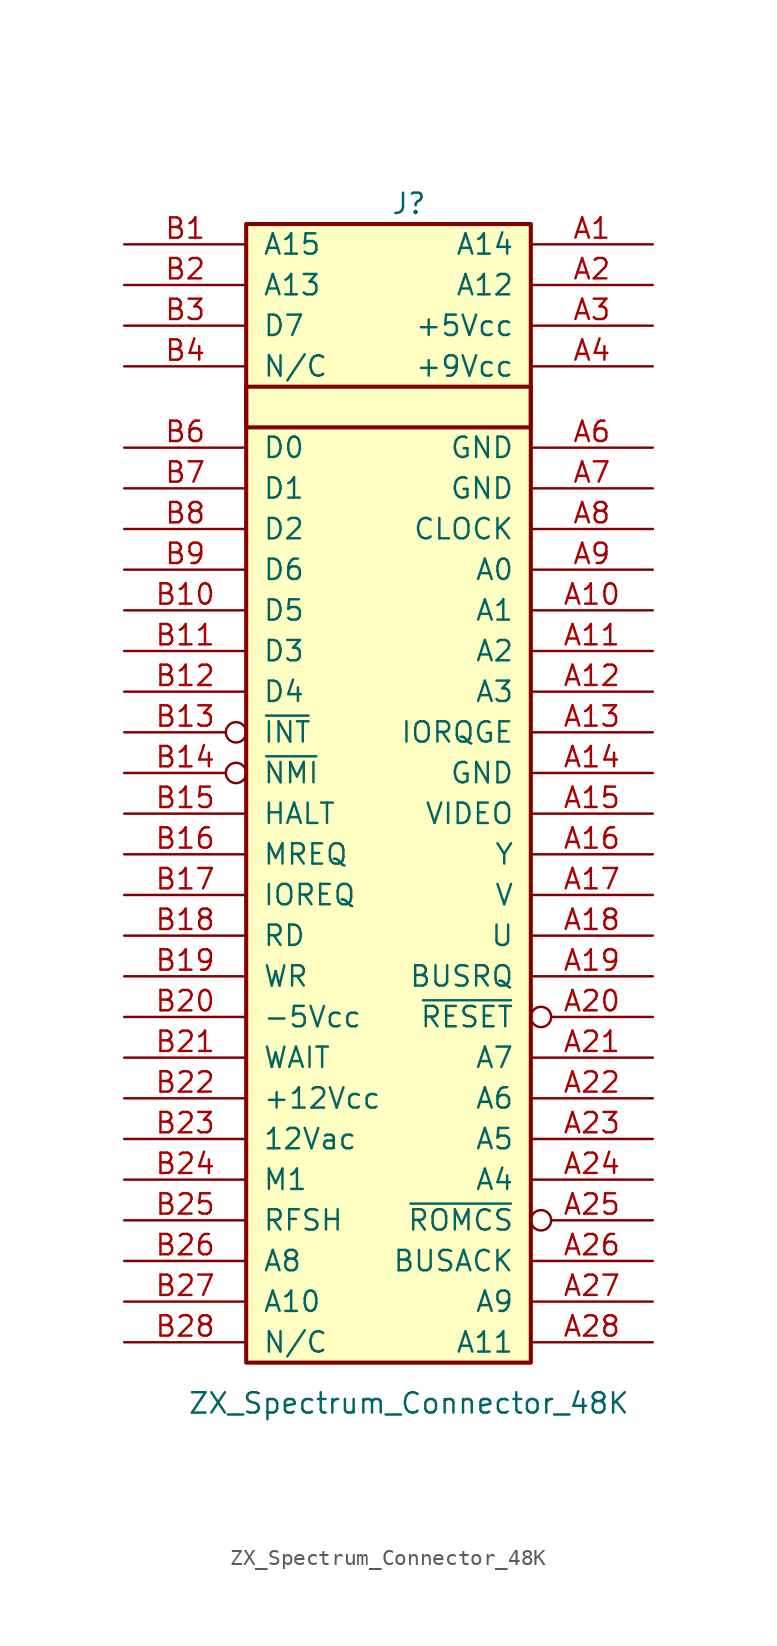
<source format=kicad_sym>
(kicad_symbol_lib
  (version 20241209)
  (generator "kicad_symbol_editor")
  (generator_version "9.0")
  (symbol "ZX_Spectrum_Connector_48K"
    (pin_names
      (offset 1.016))
    (property "Reference" "J"
      (at 1.27 36.83 0)
      (effects (font (size 1.27 1.27))))
    (property "Value" "ZX_Spectrum_Connector_48K"
      (at 1.27 -38.1 0)
      (effects (font (size 1.27 1.27))))
    (symbol "ZX_Spectrum_Connector_48K_1_1"
      (rectangle (start -8.89 35.56) (end 8.89 -35.56) (stroke (width 0.254) (type default)) (fill (type background)))
      (rectangle (start -8.89 25.4) (end 8.89 22.86) (stroke (width 0.254) (type default)) (fill (type none)))
      (pin bidirectional line (at -16.51 34.29 0) (length 7.62) (name "A15" (effects (font (size 1.27 1.27)))) (number "B1" (effects (font (size 1.27 1.27)))))
      (pin bidirectional line (at -16.51 31.75 0) (length 7.62) (name "A13" (effects (font (size 1.27 1.27)))) (number "B2" (effects (font (size 1.27 1.27)))))
      (pin bidirectional line (at -16.51 29.21 0) (length 7.62) (name "D7" (effects (font (size 1.27 1.27)))) (number "B3" (effects (font (size 1.27 1.27)))))
      (pin unspecified line (at -16.51 26.67 0) (length 7.62) (name "N/C" (effects (font (size 1.27 1.27)))) (number "B4" (effects (font (size 1.27 1.27)))))
      (pin bidirectional line (at -16.51 21.59 0) (length 7.62) (name "D0" (effects (font (size 1.27 1.27)))) (number "B6" (effects (font (size 1.27 1.27)))))
      (pin bidirectional line (at -16.51 19.05 0) (length 7.62) (name "D1" (effects (font (size 1.27 1.27)))) (number "B7" (effects (font (size 1.27 1.27)))))
      (pin bidirectional line (at -16.51 16.51 0) (length 7.62) (name "D2" (effects (font (size 1.27 1.27)))) (number "B8" (effects (font (size 1.27 1.27)))))
      (pin bidirectional line (at -16.51 13.97 0) (length 7.62) (name "D6" (effects (font (size 1.27 1.27)))) (number "B9" (effects (font (size 1.27 1.27)))))
      (pin bidirectional line (at -16.51 11.43 0) (length 7.62) (name "D5" (effects (font (size 1.27 1.27)))) (number "B10" (effects (font (size 1.27 1.27)))))
      (pin bidirectional line (at -16.51 8.89 0) (length 7.62) (name "D3" (effects (font (size 1.27 1.27)))) (number "B11" (effects (font (size 1.27 1.27)))))
      (pin bidirectional line (at -16.51 6.35 0) (length 7.62) (name "D4" (effects (font (size 1.27 1.27)))) (number "B12" (effects (font (size 1.27 1.27)))))
      (pin bidirectional inverted (at -16.51 3.81 0) (length 7.62) (name "~{INT}" (effects (font (size 1.27 1.27)))) (number "B13" (effects (font (size 1.27 1.27)))))
      (pin bidirectional inverted (at -16.51 1.27 0) (length 7.62) (name "~{NMI}" (effects (font (size 1.27 1.27)))) (number "B14" (effects (font (size 1.27 1.27)))))
      (pin bidirectional line (at -16.51 -1.27 0) (length 7.62) (name "HALT" (effects (font (size 1.27 1.27)))) (number "B15" (effects (font (size 1.27 1.27)))))
      (pin bidirectional line (at -16.51 -3.81 0) (length 7.62) (name "MREQ" (effects (font (size 1.27 1.27)))) (number "B16" (effects (font (size 1.27 1.27)))))
      (pin bidirectional line (at -16.51 -6.35 0) (length 7.62) (name "IOREQ" (effects (font (size 1.27 1.27)))) (number "B17" (effects (font (size 1.27 1.27)))))
      (pin bidirectional line (at -16.51 -8.89 0) (length 7.62) (name "RD" (effects (font (size 1.27 1.27)))) (number "B18" (effects (font (size 1.27 1.27)))))
      (pin bidirectional line (at -16.51 -11.43 0) (length 7.62) (name "WR" (effects (font (size 1.27 1.27)))) (number "B19" (effects (font (size 1.27 1.27)))))
      (pin bidirectional line (at -16.51 -13.97 0) (length 7.62) (name "-5Vcc" (effects (font (size 1.27 1.27)))) (number "B20" (effects (font (size 1.27 1.27)))))
      (pin bidirectional line (at -16.51 -16.51 0) (length 7.62) (name "WAIT" (effects (font (size 1.27 1.27)))) (number "B21" (effects (font (size 1.27 1.27)))))
      (pin bidirectional line (at -16.51 -19.05 0) (length 7.62) (name "+12Vcc" (effects (font (size 1.27 1.27)))) (number "B22" (effects (font (size 1.27 1.27)))))
      (pin bidirectional line (at -16.51 -21.59 0) (length 7.62) (name "12Vac" (effects (font (size 1.27 1.27)))) (number "B23" (effects (font (size 1.27 1.27)))))
      (pin bidirectional line (at -16.51 -24.13 0) (length 7.62) (name "M1" (effects (font (size 1.27 1.27)))) (number "B24" (effects (font (size 1.27 1.27)))))
      (pin bidirectional line (at -16.51 -26.67 0) (length 7.62) (name "RFSH" (effects (font (size 1.27 1.27)))) (number "B25" (effects (font (size 1.27 1.27)))))
      (pin bidirectional line (at -16.51 -29.21 0) (length 7.62) (name "A8" (effects (font (size 1.27 1.27)))) (number "B26" (effects (font (size 1.27 1.27)))))
      (pin bidirectional line (at -16.51 -31.75 0) (length 7.62) (name "A10" (effects (font (size 1.27 1.27)))) (number "B27" (effects (font (size 1.27 1.27)))))
      (pin unspecified line (at -16.51 -34.29 0) (length 7.62) (name "N/C" (effects (font (size 1.27 1.27)))) (number "B28" (effects (font (size 1.27 1.27)))))
      (pin bidirectional line (at 16.51 34.29 180) (length 7.62) (name "A14" (effects (font (size 1.27 1.27)))) (number "A1" (effects (font (size 1.27 1.27)))))
      (pin bidirectional line (at 16.51 31.75 180) (length 7.62) (name "A12" (effects (font (size 1.27 1.27)))) (number "A2" (effects (font (size 1.27 1.27)))))
      (pin bidirectional line (at 16.51 29.21 180) (length 7.62) (name "+5Vcc" (effects (font (size 1.27 1.27)))) (number "A3" (effects (font (size 1.27 1.27)))))
      (pin bidirectional line (at 16.51 26.67 180) (length 7.62) (name "+9Vcc" (effects (font (size 1.27 1.27)))) (number "A4" (effects (font (size 1.27 1.27)))))
      (pin bidirectional line (at 16.51 21.59 180) (length 7.62) (name "GND" (effects (font (size 1.27 1.27)))) (number "A6" (effects (font (size 1.27 1.27)))))
      (pin bidirectional line (at 16.51 19.05 180) (length 7.62) (name "GND" (effects (font (size 1.27 1.27)))) (number "A7" (effects (font (size 1.27 1.27)))))
      (pin bidirectional line (at 16.51 16.51 180) (length 7.62) (name "CLOCK" (effects (font (size 1.27 1.27)))) (number "A8" (effects (font (size 1.27 1.27)))))
      (pin bidirectional line (at 16.51 13.97 180) (length 7.62) (name "A0" (effects (font (size 1.27 1.27)))) (number "A9" (effects (font (size 1.27 1.27)))))
      (pin bidirectional line (at 16.51 11.43 180) (length 7.62) (name "A1" (effects (font (size 1.27 1.27)))) (number "A10" (effects (font (size 1.27 1.27)))))
      (pin bidirectional line (at 16.51 8.89 180) (length 7.62) (name "A2" (effects (font (size 1.27 1.27)))) (number "A11" (effects (font (size 1.27 1.27)))))
      (pin bidirectional line (at 16.51 6.35 180) (length 7.62) (name "A3" (effects (font (size 1.27 1.27)))) (number "A12" (effects (font (size 1.27 1.27)))))
      (pin bidirectional line (at 16.51 3.81 180) (length 7.62) (name "IORQGE" (effects (font (size 1.27 1.27)))) (number "A13" (effects (font (size 1.27 1.27)))))
      (pin bidirectional line (at 16.51 1.27 180) (length 7.62) (name "GND" (effects (font (size 1.27 1.27)))) (number "A14" (effects (font (size 1.27 1.27)))))
      (pin bidirectional line (at 16.51 -1.27 180) (length 7.62) (name "VIDEO" (effects (font (size 1.27 1.27)))) (number "A15" (effects (font (size 1.27 1.27)))))
      (pin bidirectional line (at 16.51 -3.81 180) (length 7.62) (name "Y" (effects (font (size 1.27 1.27)))) (number "A16" (effects (font (size 1.27 1.27)))))
      (pin bidirectional line (at 16.51 -6.35 180) (length 7.62) (name "V" (effects (font (size 1.27 1.27)))) (number "A17" (effects (font (size 1.27 1.27)))))
      (pin bidirectional line (at 16.51 -8.89 180) (length 7.62) (name "U" (effects (font (size 1.27 1.27)))) (number "A18" (effects (font (size 1.27 1.27)))))
      (pin bidirectional line (at 16.51 -11.43 180) (length 7.62) (name "BUSRQ" (effects (font (size 1.27 1.27)))) (number "A19" (effects (font (size 1.27 1.27)))))
      (pin bidirectional inverted (at 16.51 -13.97 180) (length 7.62) (name "~{RESET}" (effects (font (size 1.27 1.27)))) (number "A20" (effects (font (size 1.27 1.27)))))
      (pin bidirectional line (at 16.51 -16.51 180) (length 7.62) (name "A7" (effects (font (size 1.27 1.27)))) (number "A21" (effects (font (size 1.27 1.27)))))
      (pin bidirectional line (at 16.51 -19.05 180) (length 7.62) (name "A6" (effects (font (size 1.27 1.27)))) (number "A22" (effects (font (size 1.27 1.27)))))
      (pin bidirectional line (at 16.51 -21.59 180) (length 7.62) (name "A5" (effects (font (size 1.27 1.27)))) (number "A23" (effects (font (size 1.27 1.27)))))
      (pin bidirectional line (at 16.51 -24.13 180) (length 7.62) (name "A4" (effects (font (size 1.27 1.27)))) (number "A24" (effects (font (size 1.27 1.27)))))
      (pin bidirectional inverted (at 16.51 -26.67 180) (length 7.62) (name "~{ROMCS}" (effects (font (size 1.27 1.27)))) (number "A25" (effects (font (size 1.27 1.27)))))
      (pin bidirectional line (at 16.51 -29.21 180) (length 7.62) (name "BUSACK" (effects (font (size 1.27 1.27)))) (number "A26" (effects (font (size 1.27 1.27)))))
      (pin bidirectional line (at 16.51 -31.75 180) (length 7.62) (name "A9" (effects (font (size 1.27 1.27)))) (number "A27" (effects (font (size 1.27 1.27)))))
      (pin bidirectional line (at 16.51 -34.29 180) (length 7.62) (name "A11" (effects (font (size 1.27 1.27)))) (number "A28" (effects (font (size 1.27 1.27))))))))
</source>
